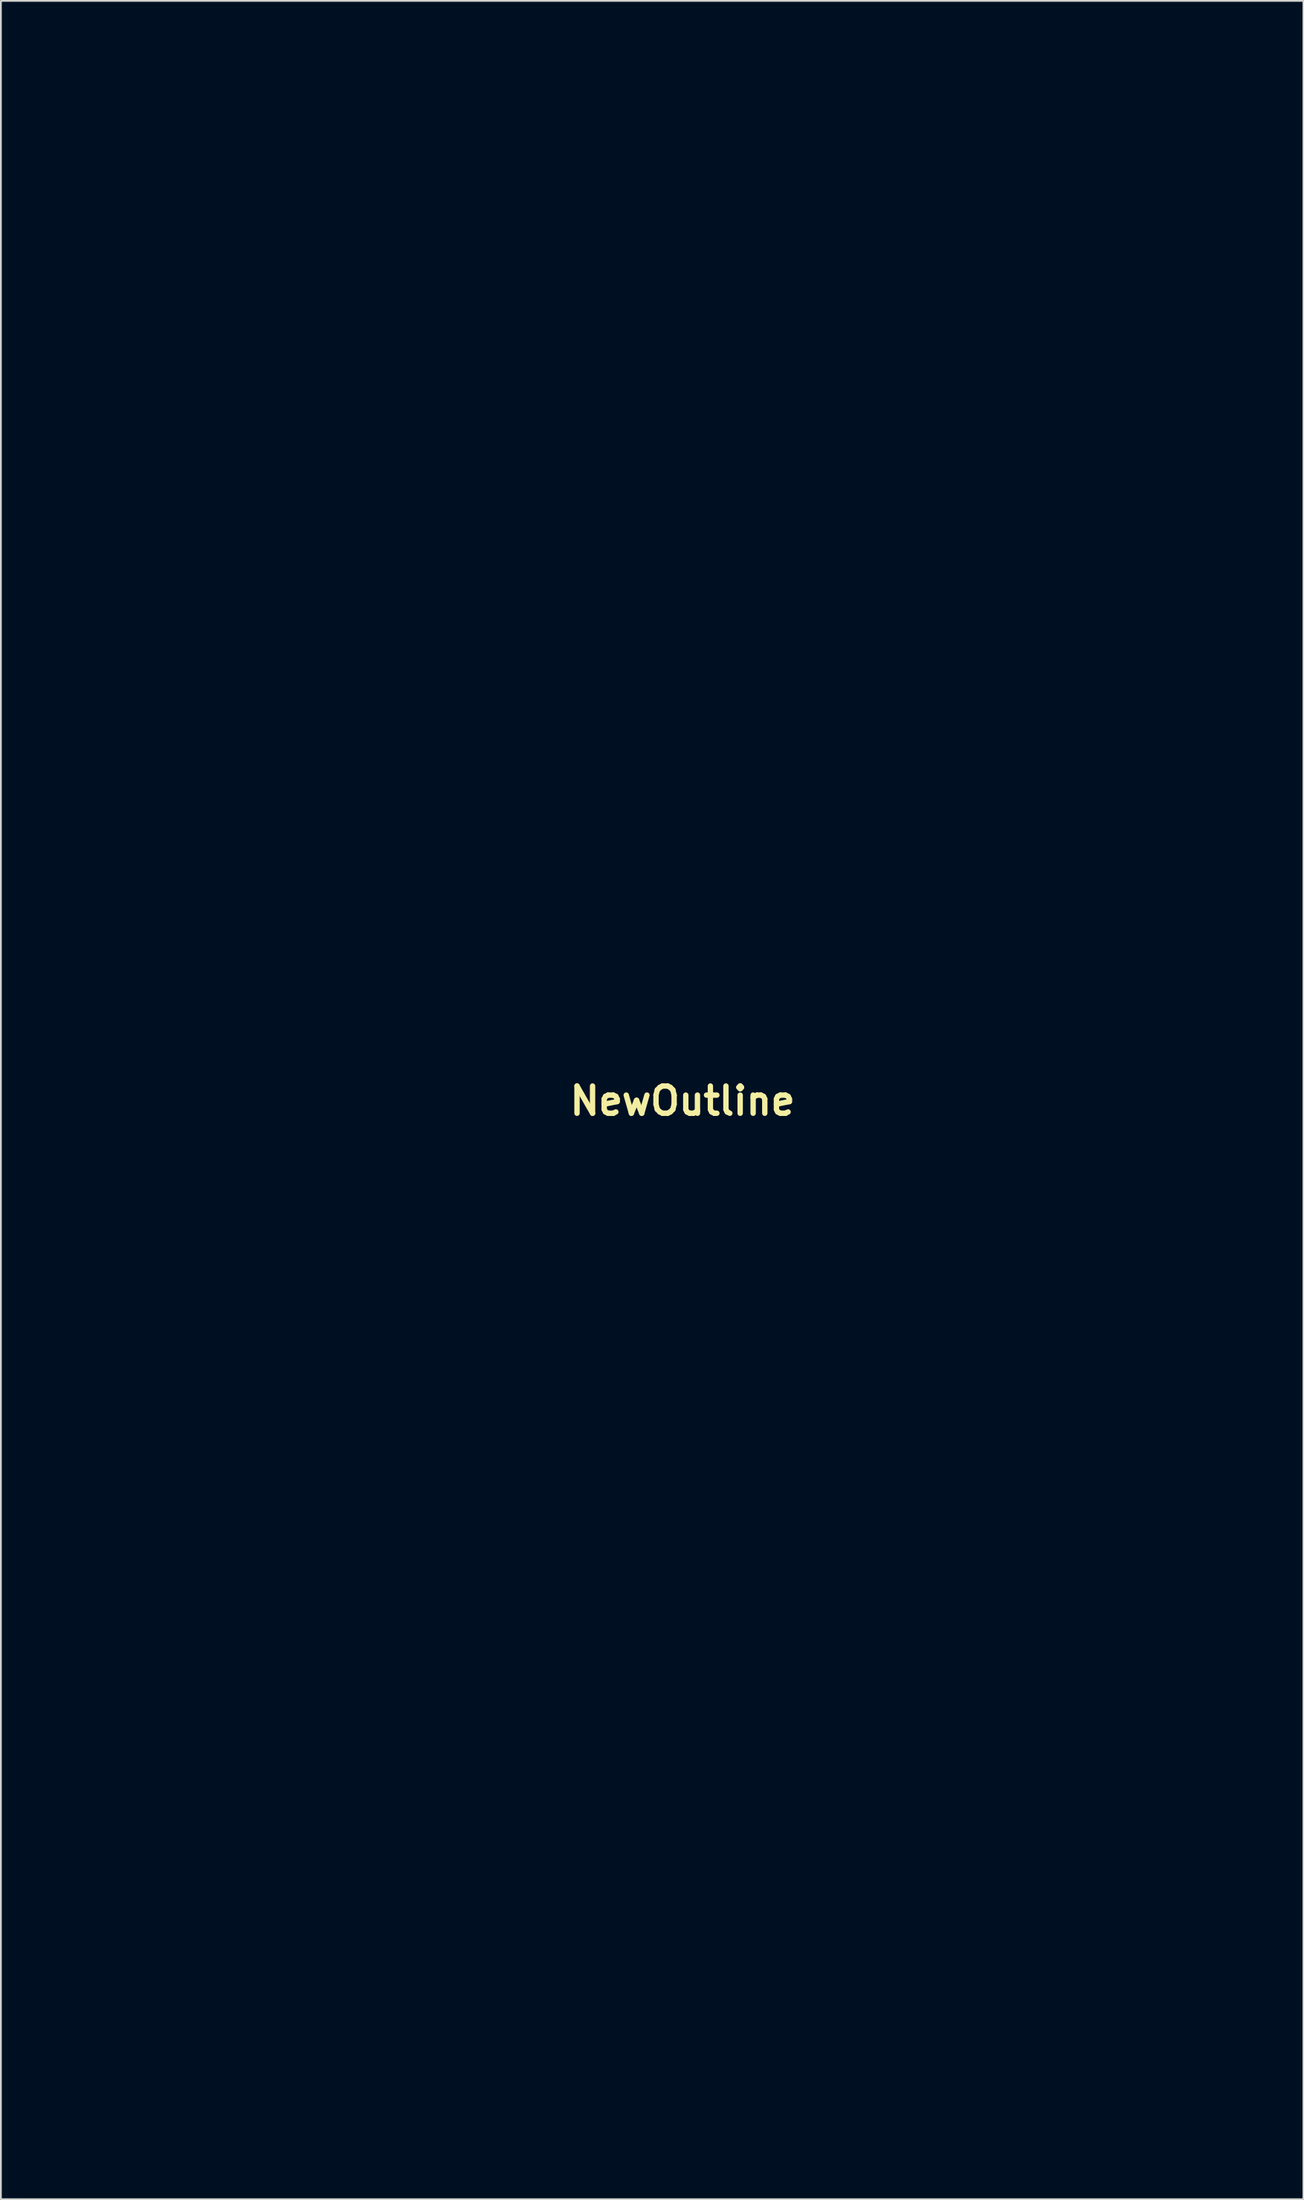
<source format=kicad_pcb>
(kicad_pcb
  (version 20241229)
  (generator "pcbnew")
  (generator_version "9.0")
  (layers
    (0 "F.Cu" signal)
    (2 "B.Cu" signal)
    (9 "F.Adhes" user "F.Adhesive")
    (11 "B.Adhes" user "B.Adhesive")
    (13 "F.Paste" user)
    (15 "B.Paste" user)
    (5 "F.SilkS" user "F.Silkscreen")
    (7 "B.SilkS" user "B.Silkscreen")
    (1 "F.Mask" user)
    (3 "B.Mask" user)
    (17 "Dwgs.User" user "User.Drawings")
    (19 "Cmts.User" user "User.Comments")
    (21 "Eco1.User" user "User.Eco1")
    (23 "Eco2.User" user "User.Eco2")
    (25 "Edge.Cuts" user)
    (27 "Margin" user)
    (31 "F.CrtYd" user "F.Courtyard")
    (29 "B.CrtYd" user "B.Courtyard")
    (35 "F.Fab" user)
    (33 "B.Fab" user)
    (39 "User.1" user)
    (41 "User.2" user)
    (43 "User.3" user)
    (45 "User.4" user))
  (footprint "NewOutline"
    (layer "F.Cu")
    (at 35.2 58.6)
    (property "Reference" "NewOutline" (at 0 0 0) (layer "F.SilkS") (effects (font (size 1.524 1.524) (thickness 0.3))))
    (attr through_hole)
    (fp_poly (pts (xy -18.328 -58.521) (xy -17.215 -58.33) (xy -16.248 -58.048) (xy -15.383 -57.66) (xy -14.579 -57.148) (xy -14.478 -57.072) (xy -13.986 -56.648) (xy -13.67 -56.245) (xy -13.509 -55.833) (xy -13.479 -55.524) (xy -13.573 -55.02) (xy -13.831 -54.59) (xy -14.22 -54.265) (xy -14.704 -54.081) (xy -15.007 -54.051) (xy -15.36 -54.016) (xy -15.756 -53.929) (xy -15.873 -53.892) (xy -16.176 -53.769) (xy -16.444 -53.605) (xy -16.696 -53.379) (xy -16.947 -53.066) (xy -17.216 -52.645) (xy -17.52 -52.092) (xy -17.877 -51.385) (xy -18.061 -51.007) (xy -18.565 -49.986) (xy -19.017 -49.136) (xy -19.432 -48.435) (xy -19.826 -47.864) (xy -20.216 -47.401) (xy -20.618 -47.026) (xy -21.048 -46.718) (xy -21.522 -46.457) (xy -21.685 -46.38) (xy -22.068 -46.197) (xy -22.32 -46.041) (xy -22.501 -45.859) (xy -22.666 -45.599) (xy -22.77 -45.409) (xy -23.01 -45.018) (xy -23.329 -44.573) (xy -23.662 -44.166) (xy -23.694 -44.13) (xy -24.282 -43.481) (xy -24.286 -42.594) (xy -24.353 -41.489) (xy -24.537 -40.448) (xy -24.829 -39.53) (xy -24.988 -39.122) (xy -25.073 -38.806) (xy -25.071 -38.541) (xy -24.97 -38.285) (xy -24.757 -37.996) (xy -24.417 -37.633) (xy -24.151 -37.365) (xy -23.774 -36.983) (xy -23.481 -36.66) (xy -23.243 -36.352) (xy -23.034 -36.016) (xy -22.826 -35.611) (xy -22.591 -35.093) (xy -22.373 -34.588) (xy -22.151 -34.101) (xy -21.901 -33.603) (xy -21.665 -33.179) (xy -21.594 -33.064) (xy -21.422 -32.838) (xy -21.124 -32.497) (xy -20.725 -32.062) (xy -20.247 -31.558) (xy -19.714 -31.007) (xy -19.147 -30.432) (xy -18.571 -29.858) (xy -18.009 -29.307) (xy -17.483 -28.802) (xy -17.017 -28.366) (xy -16.633 -28.023) (xy -16.391 -27.824) (xy -16.138 -27.659) (xy -15.734 -27.441) (xy -15.172 -27.166) (xy -14.444 -26.829) (xy -13.541 -26.428) (xy -12.457 -25.958) (xy -12.429 -25.946) (xy -8.992 -24.472) (xy -8.179 -24.526) (xy -7.687 -24.54) (xy -7.178 -24.525) (xy -6.76 -24.484) (xy -6.756 -24.483) (xy -6.146 -24.388) (xy -5.681 -24.33) (xy -5.309 -24.312) (xy -4.974 -24.339) (xy -4.624 -24.414) (xy -4.203 -24.541) (xy -3.759 -24.689) (xy -3.061 -24.91) (xy -2.495 -25.043) (xy -2.012 -25.085) (xy -1.559 -25.035) (xy -1.086 -24.89) (xy -0.542 -24.647) (xy -0.305 -24.529) (xy 0.149 -24.303) (xy 0.485 -24.159) (xy 0.76 -24.08) (xy 1.032 -24.046) (xy 1.321 -24.042) (xy 1.805 -24.083) (xy 2.45 -24.196) (xy 3.224 -24.377) (xy 3.404 -24.424) (xy 4.064 -24.608) (xy 4.6 -24.785) (xy 5.09 -24.985) (xy 5.608 -25.239) (xy 6.096 -25.502) (xy 7.549 -26.26) (xy 8.911 -26.874) (xy 10.215 -27.358) (xy 11.498 -27.727) (xy 11.728 -27.782) (xy 11.992 -27.85) (xy 12.217 -27.931) (xy 12.438 -28.05) (xy 12.691 -28.228) (xy 13.011 -28.49) (xy 13.434 -28.859) (xy 13.588 -28.996) (xy 14.114 -29.455) (xy 14.732 -29.983) (xy 15.376 -30.523) (xy 15.978 -31.02) (xy 16.147 -31.156) (xy 17.511 -32.258) (xy 18.487 -34.188) (xy 18.823 -34.839) (xy 19.174 -35.497) (xy 19.514 -36.116) (xy 19.819 -36.648) (xy 20.06 -37.047) (xy 20.07 -37.061) (xy 20.427 -37.617) (xy 20.687 -38.031) (xy 20.864 -38.333) (xy 20.97 -38.552) (xy 21.016 -38.718) (xy 21.016 -38.86) (xy 20.982 -39.009) (xy 20.944 -39.135) (xy 20.74 -39.824) (xy 20.592 -40.378) (xy 20.489 -40.852) (xy 20.421 -41.304) (xy 20.376 -41.788) (xy 20.348 -42.303) (xy 20.29 -43.61) (xy 19.695 -44.3) (xy 19.37 -44.701) (xy 19.051 -45.137) (xy 18.8 -45.523) (xy 18.766 -45.582) (xy 18.483 -46.007) (xy 18.132 -46.362) (xy 17.776 -46.633) (xy 16.812 -47.408) (xy 15.929 -48.339) (xy 15.117 -49.439) (xy 14.366 -50.72) (xy 14.269 -50.907) (xy 14.013 -51.38) (xy 13.748 -51.831) (xy 13.508 -52.202) (xy 13.358 -52.401) (xy 12.837 -52.862) (xy 12.164 -53.218) (xy 11.372 -53.456) (xy 10.889 -53.532) (xy 10.344 -53.617) (xy 9.953 -53.752) (xy 9.668 -53.964) (xy 9.441 -54.279) (xy 9.388 -54.376) (xy 9.239 -54.84) (xy 9.277 -55.307) (xy 9.504 -55.783) (xy 9.925 -56.273) (xy 10.542 -56.783) (xy 10.908 -57.037) (xy 12.101 -57.702) (xy 13.384 -58.185) (xy 14.757 -58.487) (xy 15.748 -58.589) (xy 16.885 -58.583) (xy 17.966 -58.426) (xy 19.004 -58.11) (xy 20.009 -57.629) (xy 20.994 -56.976) (xy 21.971 -56.144) (xy 22.952 -55.125) (xy 23.948 -53.913) (xy 24.076 -53.746) (xy 24.506 -53.204) (xy 24.996 -52.627) (xy 25.49 -52.079) (xy 25.932 -51.623) (xy 25.995 -51.562) (xy 27.157 -50.348) (xy 28.127 -49.106) (xy 28.915 -47.817) (xy 29.531 -46.46) (xy 29.986 -45.016) (xy 30.281 -43.536) (xy 30.388 -43.004) (xy 30.528 -42.569) (xy 30.63 -42.365) (xy 31.065 -41.617) (xy 31.379 -40.904) (xy 31.59 -40.167) (xy 31.717 -39.345) (xy 31.771 -38.506) (xy 31.787 -37.846) (xy 31.777 -37.319) (xy 31.738 -36.857) (xy 31.665 -36.392) (xy 31.621 -36.169) (xy 31.456 -35.497) (xy 31.24 -34.804) (xy 30.993 -34.136) (xy 30.732 -33.54) (xy 30.476 -33.062) (xy 30.293 -32.804) (xy 29.954 -32.408) (xy 30.128 -31.441) (xy 30.231 -30.635) (xy 30.256 -29.841) (xy 30.205 -29.113) (xy 30.08 -28.504) (xy 30.025 -28.346) (xy 29.846 -27.797) (xy 29.793 -27.36) (xy 29.864 -26.991) (xy 29.979 -26.761) (xy 30.12 -26.498) (xy 30.157 -26.281) (xy 30.105 -25.998) (xy 30.093 -25.951) (xy 29.99 -25.69) (xy 29.799 -25.316) (xy 29.55 -24.881) (xy 29.311 -24.5) (xy 28.522 -23.172) (xy 27.838 -21.75) (xy 27.253 -20.214) (xy 26.76 -18.547) (xy 26.353 -16.729) (xy 26.026 -14.741) (xy 26.01 -14.63) (xy 25.919 -14.006) (xy 25.815 -13.376) (xy 25.711 -12.804) (xy 25.617 -12.352) (xy 25.591 -12.243) (xy 25.27 -11.248) (xy 24.842 -10.366) (xy 24.321 -9.621) (xy 23.721 -9.034) (xy 23.27 -8.733) (xy 22.988 -8.554) (xy 22.789 -8.35) (xy 22.65 -8.079) (xy 22.551 -7.696) (xy 22.468 -7.156) (xy 22.463 -7.12) (xy 22.27 -6.214) (xy 21.918 -5.342) (xy 21.4 -4.476) (xy 21.205 -4.158) (xy 21.072 -3.872) (xy 21.031 -3.708) (xy 21.073 -3.502) (xy 21.183 -3.183) (xy 21.335 -2.827) (xy 21.647 -1.994) (xy 21.803 -1.134) (xy 21.815 -0.185) (xy 21.809 -0.102) (xy 21.673 0.912) (xy 21.413 1.88) (xy 21.044 2.772) (xy 20.58 3.558) (xy 20.038 4.207) (xy 19.441 4.683) (xy 19.143 4.909) (xy 18.966 5.166) (xy 18.899 5.498) (xy 18.931 5.947) (xy 19.001 6.333) (xy 19.199 7.615) (xy 19.261 8.93) (xy 19.186 10.311) (xy 18.973 11.79) (xy 18.82 12.548) (xy 18.689 13.162) (xy 18.606 13.619) (xy 18.578 13.957) (xy 18.611 14.216) (xy 18.71 14.438) (xy 18.882 14.661) (xy 19.131 14.926) (xy 19.173 14.969) (xy 19.484 15.3) (xy 19.763 15.617) (xy 19.961 15.862) (xy 19.992 15.904) (xy 20.317 16.54) (xy 20.537 17.306) (xy 20.651 18.159) (xy 20.659 19.058) (xy 20.56 19.957) (xy 20.354 20.816) (xy 20.05 21.571) (xy 19.668 22.165) (xy 19.158 22.737) (xy 18.587 23.216) (xy 18.307 23.394) (xy 17.918 23.632) (xy 17.669 23.854) (xy 17.537 24.108) (xy 17.502 24.445) (xy 17.541 24.913) (xy 17.568 25.109) (xy 17.635 25.705) (xy 17.652 26.254) (xy 17.612 26.783) (xy 17.505 27.319) (xy 17.323 27.889) (xy 17.057 28.52) (xy 16.7 29.239) (xy 16.242 30.073) (xy 15.726 30.963) (xy 15.411 31.514) (xy 15.12 32.051) (xy 14.876 32.531) (xy 14.7 32.912) (xy 14.63 33.098) (xy 14.507 33.57) (xy 14.402 34.151) (xy 14.313 34.858) (xy 14.237 35.713) (xy 14.173 36.733) (xy 14.122 37.846) (xy 14.064 38.951) (xy 13.977 39.887) (xy 13.852 40.687) (xy 13.676 41.384) (xy 13.441 42.01) (xy 13.134 42.599) (xy 12.746 43.184) (xy 12.266 43.798) (xy 12.175 43.907) (xy 11.799 44.353) (xy 11.358 44.878) (xy 10.916 45.404) (xy 10.65 45.72) (xy 10.108 46.391) (xy 9.654 47.019) (xy 9.26 47.653) (xy 8.896 48.342) (xy 8.533 49.138) (xy 8.214 49.91) (xy 7.924 50.623) (xy 7.681 51.18) (xy 7.463 51.619) (xy 7.247 51.976) (xy 7.011 52.287) (xy 6.732 52.588) (xy 6.39 52.916) (xy 6.346 52.956) (xy 6.029 53.265) (xy 5.79 53.552) (xy 5.606 53.864) (xy 5.457 54.244) (xy 5.319 54.74) (xy 5.187 55.319) (xy 5.072 55.806) (xy 4.944 56.27) (xy 4.824 56.642) (xy 4.772 56.774) (xy 4.391 57.433) (xy 3.907 57.947) (xy 3.345 58.304) (xy 2.728 58.491) (xy 2.082 58.496) (xy 1.61 58.38) (xy 1.262 58.242) (xy 0.935 58.078) (xy 0.607 57.87) (xy 0.258 57.599) (xy -0.134 57.247) (xy -0.591 56.797) (xy -1.133 56.23) (xy -1.783 55.528) (xy -1.868 55.435) (xy -2.455 54.818) (xy -3.002 54.305) (xy -3.567 53.85) (xy -4.204 53.408) (xy -4.97 52.935) (xy -5.002 52.916) (xy -5.74 52.47) (xy -6.327 52.091) (xy -6.791 51.757) (xy -7.165 51.445) (xy -7.476 51.133) (xy -7.72 50.844) (xy -7.972 50.552) (xy -8.339 50.17) (xy -8.778 49.737) (xy -9.249 49.295) (xy -9.477 49.089) (xy -10.154 48.468) (xy -10.727 47.897) (xy -11.241 47.323) (xy -11.739 46.698) (xy -12.265 45.972) (xy -12.577 45.517) (xy -12.923 45.026) (xy -13.3 44.523) (xy -13.658 44.072) (xy -13.9 43.79) (xy -14.542 43.011) (xy -15.049 42.227) (xy -15.455 41.372) (xy -15.796 40.382) (xy -15.808 40.342) (xy -16.009 39.865) (xy -16.319 39.369) (xy -16.427 39.23) (xy -16.724 38.826) (xy -17.025 38.352) (xy -17.219 38.003) (xy -17.402 37.657) (xy -17.565 37.429) (xy -17.766 37.262) (xy -18.066 37.101) (xy -18.266 37.007) (xy -19.105 36.529) (xy -19.773 35.948) (xy -20.274 35.258) (xy -20.613 34.451) (xy -20.793 33.52) (xy -20.828 32.814) (xy -20.777 31.97) (xy -20.616 31.268) (xy -20.337 30.674) (xy -20.215 30.491) (xy -19.993 30.176) (xy -19.852 29.923) (xy -19.793 29.689) (xy -19.817 29.43) (xy -19.925 29.102) (xy -20.119 28.66) (xy -20.274 28.328) (xy -20.746 27.192) (xy -21.107 26.049) (xy -21.338 24.956) (xy -21.401 24.444) (xy -21.465 23.895) (xy -21.56 23.502) (xy -21.714 23.221) (xy -21.952 23.003) (xy -22.303 22.804) (xy -22.368 22.773) (xy -23.014 22.416) (xy -23.498 22.034) (xy -23.861 21.588) (xy -24.047 21.258) (xy -24.173 20.986) (xy -24.255 20.745) (xy -24.303 20.48) (xy -24.326 20.136) (xy -24.333 19.659) (xy -24.333 19.507) (xy -24.329 18.987) (xy -24.312 18.617) (xy -24.273 18.346) (xy -24.203 18.12) (xy -24.094 17.887) (xy -24.062 17.824) (xy -23.652 17.233) (xy -23.106 16.712) (xy -22.563 16.362) (xy -22.288 16.19) (xy -22.088 16.011) (xy -22.051 15.958) (xy -21.954 15.645) (xy -21.945 15.22) (xy -22.028 14.671) (xy -22.205 13.982) (xy -22.478 13.14) (xy -22.702 12.521) (xy -23.035 11.555) (xy -23.265 10.698) (xy -23.405 9.891) (xy -23.465 9.076) (xy -23.47 8.751) (xy -23.419 7.719) (xy -23.26 6.679) (xy -22.982 5.563) (xy -22.911 5.325) (xy -22.775 4.814) (xy -22.711 4.423) (xy -22.718 4.21) (xy -22.841 3.999) (xy -23.103 3.718) (xy -23.435 3.434) (xy -24.194 2.711) (xy -24.82 1.847) (xy -25.302 0.865) (xy -25.624 -0.21) (xy -25.705 -0.652) (xy -25.767 -1.707) (xy -25.633 -2.715) (xy -25.303 -3.67) (xy -24.78 -4.569) (xy -24.065 -5.407) (xy -23.919 -5.548) (xy -23.59 -5.89) (xy -23.411 -6.189) (xy -23.37 -6.504) (xy -23.455 -6.893) (xy -23.575 -7.224) (xy -23.722 -7.645) (xy -23.85 -8.097) (xy -23.89 -8.269) (xy -24.004 -8.704) (xy -24.159 -9.005) (xy -24.404 -9.227) (xy -24.784 -9.422) (xy -24.962 -9.495) (xy -26.096 -10.048) (xy -27.104 -10.753) (xy -27.443 -11.05) (xy -27.8 -11.397) (xy -28.091 -11.729) (xy -28.329 -12.076) (xy -28.524 -12.466) (xy -28.687 -12.929) (xy -28.829 -13.492) (xy -28.961 -14.185) (xy -29.095 -15.037) (xy -29.168 -15.539) (xy -29.272 -16.253) (xy -29.383 -16.963) (xy -29.492 -17.622) (xy -29.592 -18.181) (xy -29.675 -18.594) (xy -29.686 -18.644) (xy -30.153 -20.294) (xy -30.766 -21.844) (xy -31.515 -23.276) (xy -32.392 -24.569) (xy -33.096 -25.404) (xy -33.53 -25.915) (xy -33.794 -26.346) (xy -33.893 -26.725) (xy -33.827 -27.08) (xy -33.599 -27.44) (xy -33.296 -27.756) (xy -32.788 -28.233) (xy -32.878 -28.925) (xy -32.912 -29.294) (xy -32.94 -29.801) (xy -32.96 -30.384) (xy -32.968 -30.978) (xy -32.969 -31.039) (xy -32.976 -31.568) (xy -32.995 -32.032) (xy -33.024 -32.39) (xy -33.06 -32.599) (xy -33.071 -32.626) (xy -33.213 -32.797) (xy -33.436 -33.011) (xy -33.492 -33.058) (xy -33.798 -33.373) (xy -34.14 -33.817) (xy -34.477 -34.33) (xy -34.77 -34.853) (xy -34.973 -35.306) (xy -35.071 -35.599) (xy -35.136 -35.889) (xy -35.175 -36.226) (xy -35.192 -36.663) (xy -35.193 -36.754) (xy -34.787 -36.754) (xy -34.616 -35.819) (xy -34.262 -34.931) (xy -33.725 -34.08) (xy -33.239 -33.502) (xy -32.915 -33.131) (xy -32.667 -32.808) (xy -32.524 -32.57) (xy -32.499 -32.488) (xy -32.496 -32.299) (xy -32.497 -31.956) (xy -32.502 -31.509) (xy -32.509 -31.028) (xy -32.508 -30.48) (xy -32.487 -29.943) (xy -32.451 -29.485) (xy -32.411 -29.214) (xy -32.337 -28.661) (xy -32.386 -28.213) (xy -32.577 -27.821) (xy -32.928 -27.435) (xy -33.203 -27.204) (xy -33.387 -26.944) (xy -33.414 -26.628) (xy -33.283 -26.331) (xy -33.21 -26.254) (xy -32.965 -26.003) (xy -32.643 -25.629) (xy -32.279 -25.178) (xy -31.911 -24.696) (xy -31.574 -24.228) (xy -31.371 -23.927) (xy -30.788 -22.956) (xy -30.293 -21.975) (xy -29.875 -20.95) (xy -29.521 -19.847) (xy -29.222 -18.633) (xy -28.966 -17.274) (xy -28.804 -16.205) (xy -28.655 -15.182) (xy -28.519 -14.342) (xy -28.391 -13.668) (xy -28.267 -13.14) (xy -28.143 -12.74) (xy -28.033 -12.481) (xy -27.686 -11.965) (xy -27.178 -11.435) (xy -26.548 -10.922) (xy -25.832 -10.455) (xy -25.068 -10.065) (xy -24.923 -10.003) (xy -24.345 -9.726) (xy -23.94 -9.434) (xy -23.681 -9.104) (xy -23.559 -8.793) (xy -23.476 -8.507) (xy -23.348 -8.102) (xy -23.2 -7.649) (xy -23.145 -7.488) (xy -22.979 -6.962) (xy -22.9 -6.554) (xy -22.92 -6.215) (xy -23.052 -5.893) (xy -23.308 -5.537) (xy -23.701 -5.098) (xy -23.731 -5.066) (xy -24.365 -4.311) (xy -24.822 -3.581) (xy -25.118 -2.838) (xy -25.269 -2.045) (xy -25.297 -1.469) (xy -25.21 -0.5) (xy -24.958 0.454) (xy -24.559 1.354) (xy -24.033 2.164) (xy -23.397 2.846) (xy -22.989 3.165) (xy -22.612 3.481) (xy -22.374 3.83) (xy -22.269 4.245) (xy -22.291 4.756) (xy -22.433 5.395) (xy -22.505 5.634) (xy -22.83 6.871) (xy -23.002 8.016) (xy -23.02 9.115) (xy -22.883 10.209) (xy -22.592 11.342) (xy -22.456 11.749) (xy -22.112 12.744) (xy -21.845 13.573) (xy -21.65 14.253) (xy -21.524 14.807) (xy -21.463 15.252) (xy -21.464 15.608) (xy -21.523 15.896) (xy -21.636 16.134) (xy -21.636 16.135) (xy -21.865 16.41) (xy -22.137 16.629) (xy -22.161 16.643) (xy -22.821 17.071) (xy -23.307 17.54) (xy -23.639 18.058) (xy -23.783 18.377) (xy -23.87 18.663) (xy -23.912 18.986) (xy -23.925 19.421) (xy -23.925 19.558) (xy -23.877 20.295) (xy -23.719 20.897) (xy -23.43 21.4) (xy -22.988 21.836) (xy -22.37 22.243) (xy -22.178 22.349) (xy -21.791 22.567) (xy -21.509 22.774) (xy -21.308 23.011) (xy -21.164 23.318) (xy -21.055 23.733) (xy -20.957 24.298) (xy -20.925 24.517) (xy -20.633 25.977) (xy -20.204 27.329) (xy -19.709 28.425) (xy -19.455 28.96) (xy -19.329 29.389) (xy -19.329 29.763) (xy -19.452 30.132) (xy -19.624 30.435) (xy -20.059 31.232) (xy -20.315 31.999) (xy -20.402 32.781) (xy -20.333 33.61) (xy -20.103 34.492) (xy -19.724 35.238) (xy -19.188 35.856) (xy -18.491 36.354) (xy -18.149 36.529) (xy -17.665 36.774) (xy -17.321 37.018) (xy -17.059 37.314) (xy -16.823 37.718) (xy -16.735 37.897) (xy -16.517 38.286) (xy -16.231 38.712) (xy -16.009 38.995) (xy -15.669 39.463) (xy -15.43 39.976) (xy -15.336 40.264) (xy -14.893 41.459) (xy -14.293 42.536) (xy -13.559 43.481) (xy -13.19 43.918) (xy -12.768 44.456) (xy -12.347 45.025) (xy -12.008 45.512) (xy -11.588 46.106) (xy -11.109 46.707) (xy -10.551 47.34) (xy -9.89 48.029) (xy -9.105 48.797) (xy -8.433 49.431) (xy -8.023 49.827) (xy -7.59 50.267) (xy -7.21 50.676) (xy -7.101 50.8) (xy -6.819 51.105) (xy -6.517 51.377) (xy -6.153 51.651) (xy -5.684 51.957) (xy -5.197 52.251) (xy -4.184 52.877) (xy -3.33 53.46) (xy -2.603 54.025) (xy -1.969 54.598) (xy -1.501 55.088) (xy -0.889 55.764) (xy -0.39 56.305) (xy 0.016 56.729) (xy 0.35 57.055) (xy 0.63 57.302) (xy 0.876 57.488) (xy 1.108 57.633) (xy 1.254 57.71) (xy 1.84 57.929) (xy 2.426 58.017) (xy 2.957 57.969) (xy 3.246 57.864) (xy 3.656 57.575) (xy 4.007 57.156) (xy 4.308 56.587) (xy 4.569 55.852) (xy 4.786 54.992) (xy 4.977 54.25) (xy 5.207 53.658) (xy 5.503 53.165) (xy 5.894 52.716) (xy 6.154 52.474) (xy 6.453 52.197) (xy 6.701 51.927) (xy 6.917 51.628) (xy 7.122 51.265) (xy 7.338 50.804) (xy 7.584 50.209) (xy 7.78 49.708) (xy 8.082 48.952) (xy 8.371 48.297) (xy 8.67 47.706) (xy 9.002 47.143) (xy 9.388 46.573) (xy 9.853 45.959) (xy 10.418 45.265) (xy 10.979 44.602) (xy 11.655 43.799) (xy 12.202 43.104) (xy 12.636 42.481) (xy 12.969 41.892) (xy 13.218 41.302) (xy 13.396 40.674) (xy 13.518 39.972) (xy 13.597 39.158) (xy 13.649 38.198) (xy 13.664 37.795) (xy 13.712 36.746) (xy 13.779 35.753) (xy 13.862 34.848) (xy 13.958 34.059) (xy 14.063 33.416) (xy 14.169 32.969) (xy 14.295 32.634) (xy 14.491 32.209) (xy 14.718 31.776) (xy 14.762 31.699) (xy 14.985 31.313) (xy 15.274 30.814) (xy 15.593 30.263) (xy 15.904 29.724) (xy 15.928 29.684) (xy 16.346 28.935) (xy 16.657 28.307) (xy 16.875 27.759) (xy 17.015 27.249) (xy 17.09 26.735) (xy 17.114 26.174) (xy 17.114 26.111) (xy 17.105 25.617) (xy 17.081 25.133) (xy 17.048 24.742) (xy 17.034 24.638) (xy 17.013 24.198) (xy 17.116 23.828) (xy 17.365 23.495) (xy 17.779 23.163) (xy 18.044 22.994) (xy 18.435 22.734) (xy 18.803 22.449) (xy 19.075 22.197) (xy 19.089 22.181) (xy 19.543 21.526) (xy 19.884 20.742) (xy 20.105 19.871) (xy 20.203 18.956) (xy 20.174 18.039) (xy 20.013 17.162) (xy 19.715 16.367) (xy 19.697 16.331) (xy 19.513 16.047) (xy 19.235 15.701) (xy 18.919 15.365) (xy 18.897 15.344) (xy 18.526 14.971) (xy 18.276 14.661) (xy 18.135 14.363) (xy 18.09 14.03) (xy 18.131 13.613) (xy 18.244 13.064) (xy 18.289 12.874) (xy 18.614 11.187) (xy 18.771 9.578) (xy 18.76 8.059) (xy 18.58 6.643) (xy 18.474 6.041) (xy 18.427 5.594) (xy 18.446 5.261) (xy 18.535 5.001) (xy 18.699 4.774) (xy 18.841 4.632) (xy 19.361 4.144) (xy 19.754 3.76) (xy 20.046 3.451) (xy 20.263 3.187) (xy 20.43 2.94) (xy 20.573 2.679) (xy 20.6 2.624) (xy 21.019 1.584) (xy 21.268 0.528) (xy 21.348 -0.517) (xy 21.257 -1.524) (xy 20.994 -2.465) (xy 20.801 -2.896) (xy 20.632 -3.329) (xy 20.597 -3.742) (xy 20.704 -4.176) (xy 20.958 -4.675) (xy 21.121 -4.929) (xy 21.539 -5.655) (xy 21.843 -6.396) (xy 22.015 -7.102) (xy 22.047 -7.508) (xy 22.138 -8.103) (xy 22.396 -8.619) (xy 22.801 -9.018) (xy 22.962 -9.118) (xy 23.626 -9.581) (xy 24.177 -10.194) (xy 24.526 -10.763) (xy 24.758 -11.252) (xy 24.957 -11.785) (xy 25.131 -12.395) (xy 25.29 -13.117) (xy 25.442 -13.984) (xy 25.55 -14.696) (xy 25.855 -16.569) (xy 26.209 -18.265) (xy 26.62 -19.805) (xy 27.095 -21.21) (xy 27.641 -22.502) (xy 28.266 -23.702) (xy 28.951 -24.795) (xy 29.311 -25.35) (xy 29.543 -25.781) (xy 29.653 -26.113) (xy 29.651 -26.372) (xy 29.544 -26.585) (xy 29.51 -26.624) (xy 29.337 -26.931) (xy 29.295 -27.338) (xy 29.384 -27.864) (xy 29.522 -28.307) (xy 29.672 -28.778) (xy 29.757 -29.185) (xy 29.791 -29.626) (xy 29.793 -30.023) (xy 29.769 -30.559) (xy 29.715 -31.133) (xy 29.643 -31.634) (xy 29.631 -31.695) (xy 29.554 -32.137) (xy 29.543 -32.45) (xy 29.616 -32.703) (xy 29.787 -32.963) (xy 29.976 -33.189) (xy 30.143 -33.435) (xy 30.34 -33.805) (xy 30.531 -34.229) (xy 30.581 -34.354) (xy 31.036 -35.75) (xy 31.301 -37.079) (xy 31.374 -38.343) (xy 31.256 -39.544) (xy 30.946 -40.683) (xy 30.445 -41.763) (xy 30.337 -41.948) (xy 30.161 -42.274) (xy 30.023 -42.627) (xy 29.906 -43.063) (xy 29.79 -43.639) (xy 29.78 -43.695) (xy 29.463 -45.129) (xy 29.038 -46.429) (xy 28.488 -47.627) (xy 27.793 -48.76) (xy 26.936 -49.861) (xy 25.899 -50.965) (xy 25.888 -50.976) (xy 25.387 -51.491) (xy 24.84 -52.094) (xy 24.31 -52.711) (xy 23.863 -53.267) (xy 23.849 -53.285) (xy 22.914 -54.451) (xy 22.019 -55.435) (xy 21.149 -56.248) (xy 20.286 -56.903) (xy 19.413 -57.41) (xy 18.514 -57.782) (xy 17.573 -58.031) (xy 17.073 -58.115) (xy 16.141 -58.165) (xy 15.131 -58.083) (xy 14.09 -57.883) (xy 13.063 -57.578) (xy 12.095 -57.182) (xy 11.232 -56.709) (xy 10.521 -56.172) (xy 10.513 -56.164) (xy 10.087 -55.737) (xy 9.828 -55.375) (xy 9.721 -55.049) (xy 9.754 -54.729) (xy 9.795 -54.617) (xy 9.976 -54.326) (xy 10.256 -54.124) (xy 10.668 -53.996) (xy 11.246 -53.926) (xy 11.248 -53.926) (xy 11.973 -53.811) (xy 12.619 -53.562) (xy 13.204 -53.165) (xy 13.745 -52.605) (xy 14.261 -51.869) (xy 14.679 -51.118) (xy 15.405 -49.855) (xy 16.208 -48.745) (xy 17.078 -47.803) (xy 18.001 -47.043) (xy 18.254 -46.873) (xy 18.64 -46.578) (xy 18.934 -46.222) (xy 19.106 -45.928) (xy 19.349 -45.532) (xy 19.664 -45.092) (xy 19.96 -44.733) (xy 20.303 -44.341) (xy 20.526 -44.04) (xy 20.654 -43.779) (xy 20.713 -43.509) (xy 20.726 -43.183) (xy 20.763 -42.384) (xy 20.862 -41.518) (xy 21.013 -40.667) (xy 21.202 -39.917) (xy 21.243 -39.787) (xy 21.382 -39.336) (xy 21.457 -38.977) (xy 21.457 -38.664) (xy 21.373 -38.349) (xy 21.196 -37.984) (xy 20.917 -37.523) (xy 20.746 -37.256) (xy 19.688 -35.503) (xy 18.719 -33.654) (xy 18.494 -33.188) (xy 17.903 -31.937) (xy 16.749 -31.025) (xy 16.2 -30.584) (xy 15.581 -30.074) (xy 14.972 -29.563) (xy 14.496 -29.153) (xy 13.898 -28.632) (xy 13.43 -28.229) (xy 13.069 -27.928) (xy 12.795 -27.712) (xy 12.583 -27.567) (xy 12.414 -27.475) (xy 12.263 -27.421) (xy 12.109 -27.387) (xy 12.068 -27.381) (xy 11.483 -27.25) (xy 10.762 -27.031) (xy 9.947 -26.742) (xy 9.075 -26.397) (xy 8.187 -26.014) (xy 7.322 -25.609) (xy 6.52 -25.198) (xy 5.869 -24.827) (xy 5.379 -24.579) (xy 4.747 -24.332) (xy 4.023 -24.1) (xy 3.261 -23.896) (xy 2.51 -23.733) (xy 1.822 -23.625) (xy 1.249 -23.584) (xy 1.079 -23.589) (xy 0.728 -23.629) (xy 0.387 -23.715) (xy -0.003 -23.867) (xy -0.501 -24.104) (xy -0.554 -24.13) (xy -1.126 -24.398) (xy -1.604 -24.558) (xy -2.047 -24.616) (xy -2.512 -24.573) (xy -3.061 -24.433) (xy -3.505 -24.286) (xy -4.155 -24.069) (xy -4.669 -23.925) (xy -5.095 -23.849) (xy -5.483 -23.833) (xy -5.884 -23.872) (xy -6.247 -23.938) (xy -6.9 -24.038) (xy -7.566 -24.062) (xy -8.017 -24.043) (xy -8.974 -23.981) (xy -12.132 -25.314) (xy -12.914 -25.645) (xy -13.661 -25.964) (xy -14.347 -26.26) (xy -14.945 -26.52) (xy -15.426 -26.733) (xy -15.763 -26.886) (xy -15.886 -26.945) (xy -16.149 -27.112) (xy -16.53 -27.403) (xy -17.005 -27.796) (xy -17.549 -28.267) (xy -18.139 -28.795) (xy -18.75 -29.357) (xy -19.359 -29.932) (xy -19.942 -30.497) (xy -20.473 -31.03) (xy -20.931 -31.508) (xy -21.29 -31.91) (xy -21.407 -32.054) (xy -21.997 -32.88) (xy -22.532 -33.808) (xy -23.036 -34.882) (xy -23.17 -35.204) (xy -23.324 -35.557) (xy -23.483 -35.853) (xy -23.679 -36.137) (xy -23.945 -36.452) (xy -24.312 -36.844) (xy -24.506 -37.043) (xy -24.957 -37.512) (xy -25.276 -37.88) (xy -25.473 -38.191) (xy -25.559 -38.485) (xy -25.547 -38.806) (xy -25.447 -39.195) (xy -25.271 -39.696) (xy -25.242 -39.776) (xy -25.088 -40.206) (xy -24.98 -40.561) (xy -24.907 -40.899) (xy -24.859 -41.278) (xy -24.825 -41.758) (xy -24.802 -42.226) (xy -24.775 -42.801) (xy -24.745 -43.22) (xy -24.695 -43.527) (xy -24.607 -43.77) (xy -24.467 -43.993) (xy -24.257 -44.243) (xy -23.966 -44.56) (xy -23.666 -44.924) (xy -23.383 -45.33) (xy -23.222 -45.605) (xy -22.957 -46.054) (xy -22.657 -46.376) (xy -22.26 -46.628) (xy -21.908 -46.786) (xy -21.517 -46.962) (xy -21.164 -47.166) (xy -20.835 -47.416) (xy -20.518 -47.729) (xy -20.201 -48.123) (xy -19.87 -48.615) (xy -19.512 -49.222) (xy -19.116 -49.962) (xy -18.669 -50.853) (xy -18.157 -51.912) (xy -18.096 -52.04) (xy -17.706 -52.796) (xy -17.326 -53.379) (xy -16.927 -53.814) (xy -16.478 -54.127) (xy -15.949 -54.344) (xy -15.311 -54.491) (xy -15.233 -54.504) (xy -14.703 -54.612) (xy -14.342 -54.753) (xy -14.116 -54.951) (xy -13.991 -55.233) (xy -13.951 -55.442) (xy -13.937 -55.72) (xy -14.007 -55.937) (xy -14.194 -56.186) (xy -14.22 -56.216) (xy -14.866 -56.804) (xy -15.669 -57.291) (xy -16.61 -57.67) (xy -17.667 -57.935) (xy -18.817 -58.077) (xy -20.014 -58.091) (xy -20.604 -58.058) (xy -21.057 -58.006) (xy -21.439 -57.923) (xy -21.815 -57.8) (xy -21.882 -57.774) (xy -22.791 -57.323) (xy -23.643 -56.704) (xy -24.398 -55.954) (xy -25.016 -55.107) (xy -25.151 -54.873) (xy -25.364 -54.548) (xy -25.651 -54.248) (xy -26.06 -53.927) (xy -26.202 -53.827) (xy -26.784 -53.41) (xy -27.235 -53.044) (xy -27.602 -52.684) (xy -27.932 -52.282) (xy -28.271 -51.793) (xy -28.282 -51.776) (xy -28.489 -51.472) (xy -28.795 -51.037) (xy -29.179 -50.502) (xy -29.618 -49.899) (xy -30.089 -49.257) (xy -30.553 -48.632) (xy -31.021 -47.997) (xy -31.465 -47.38) (xy -31.864 -46.81) (xy -32.2 -46.315) (xy -32.452 -45.924) (xy -32.601 -45.664) (xy -32.603 -45.659) (xy -32.983 -44.69) (xy -33.165 -43.744) (xy -33.166 -42.945) (xy -33.101 -42.215) (xy -33.649 -41.148) (xy -34.206 -39.933) (xy -34.581 -38.802) (xy -34.775 -37.746) (xy -34.787 -36.754) (xy -35.193 -36.754) (xy -35.195 -37.236) (xy -35.188 -37.822) (xy -35.166 -38.266) (xy -35.12 -38.63) (xy -35.044 -38.974) (xy -34.928 -39.36) (xy -34.909 -39.421) (xy -34.73 -39.906) (xy -34.489 -40.473) (xy -34.227 -41.029) (xy -34.113 -41.25) (xy -33.599 -42.215) (xy -33.621 -43.12) (xy -33.62 -43.644) (xy -33.586 -44.124) (xy -33.508 -44.581) (xy -33.374 -45.038) (xy -33.175 -45.519) (xy -32.9 -46.044) (xy -32.539 -46.637) (xy -32.08 -47.321) (xy -31.513 -48.117) (xy -30.845 -49.026) (xy -30.357 -49.688) (xy -29.89 -50.329) (xy -29.464 -50.923) (xy -29.097 -51.442) (xy -28.809 -51.861) (xy -28.618 -52.152) (xy -28.582 -52.211) (xy -28.136 -52.821) (xy -27.509 -53.436) (xy -26.691 -54.064) (xy -26.437 -54.237) (xy -26.049 -54.543) (xy -25.695 -54.94) (xy -25.386 -55.384) (xy -25.071 -55.824) (xy -24.672 -56.309) (xy -24.261 -56.755) (xy -24.138 -56.875) (xy -23.299 -57.558) (xy -22.395 -58.068) (xy -21.413 -58.408) (xy -20.337 -58.582) (xy -19.154 -58.595) (xy -18.328 -58.521)) (stroke (width 0.01) (type solid)) (fill no) (layer "Eco1.User")))
  (gr_rect
    (start -3 -3)
    (end 69.992 120.101)
    (stroke (width 0.1) (type default))
    (fill no)
    (layer "Edge.Cuts")))
</source>
